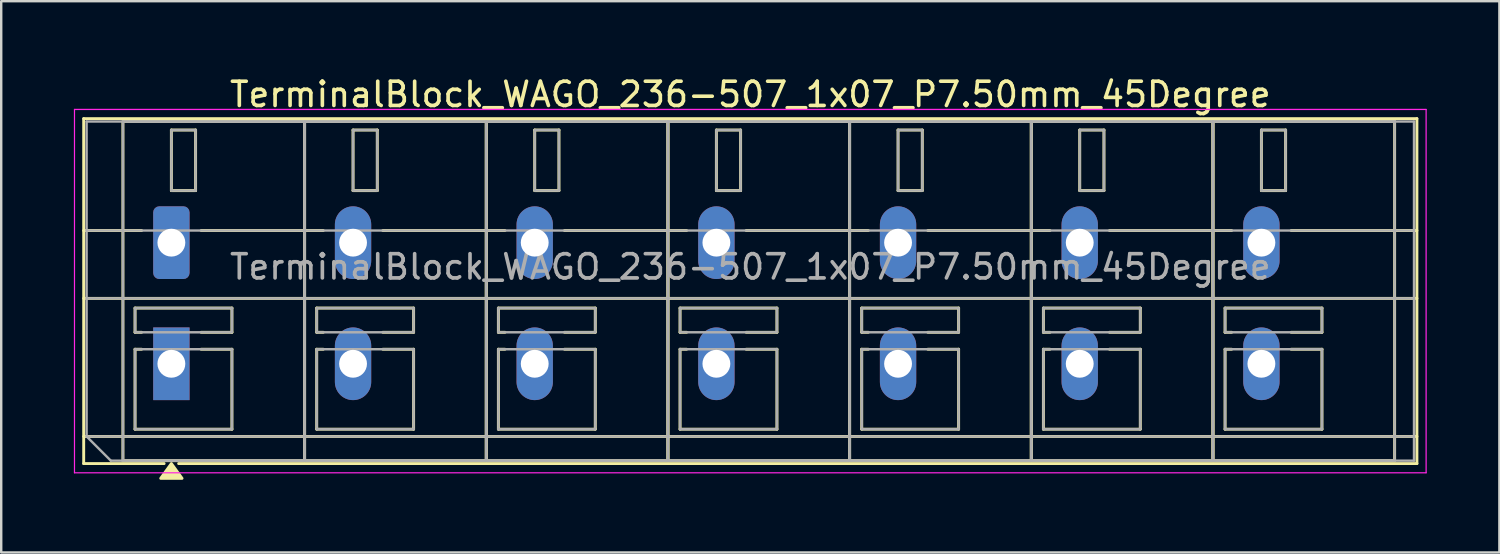
<source format=kicad_pcb>
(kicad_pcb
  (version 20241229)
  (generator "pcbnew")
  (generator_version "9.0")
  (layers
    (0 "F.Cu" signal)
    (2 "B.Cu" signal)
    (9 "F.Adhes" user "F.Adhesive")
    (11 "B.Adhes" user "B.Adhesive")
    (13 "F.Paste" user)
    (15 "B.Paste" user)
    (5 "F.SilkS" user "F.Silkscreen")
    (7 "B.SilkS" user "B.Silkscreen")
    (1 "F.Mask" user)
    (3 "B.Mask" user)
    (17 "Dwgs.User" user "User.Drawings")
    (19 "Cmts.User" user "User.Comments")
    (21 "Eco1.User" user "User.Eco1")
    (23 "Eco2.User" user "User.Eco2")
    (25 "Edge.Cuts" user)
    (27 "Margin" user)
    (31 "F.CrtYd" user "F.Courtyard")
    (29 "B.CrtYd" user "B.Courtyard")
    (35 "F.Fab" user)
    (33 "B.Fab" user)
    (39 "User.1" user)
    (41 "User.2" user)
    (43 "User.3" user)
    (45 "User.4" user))
  (footprint "TerminalBlock_WAGO_236-507_1x07_P7.50mm_45Degree"
    (layer "F.Cu")
    (at 4.025 6.968)
    (property "Reference" "TerminalBlock_WAGO_236-507_1x07_P7.50mm_45Degree" (at 23.9 -6.12 0) (layer "F.SilkS") (effects (font (size 1 1) (thickness 0.15))))
    (attr through_hole)
    (fp_line (start -3.62 -5.12) (end -3.62 9.12) (stroke (width 0.12) (type solid)) (layer "F.SilkS"))
    (fp_line (start -3.62 -5.12) (end 51.42 -5.12) (stroke (width 0.12) (type solid)) (layer "F.SilkS"))
    (fp_line (start -3.62 -0.5) (end -1.23 -0.5) (stroke (width 0.12) (type solid)) (layer "F.SilkS"))
    (fp_line (start -3.62 2.3) (end 51.42 2.3) (stroke (width 0.12) (type solid)) (layer "F.SilkS"))
    (fp_line (start -3.62 8) (end 51.42 8) (stroke (width 0.12) (type solid)) (layer "F.SilkS"))
    (fp_line (start -3.62 9.12) (end -0.3 9.12) (stroke (width 0.12) (type solid)) (layer "F.SilkS"))
    (fp_line (start -2 -5) (end -2 9) (stroke (width 0.12) (type solid)) (layer "F.SilkS"))
    (fp_line (start -2 -5) (end 5.5 -5) (stroke (width 0.12) (type solid)) (layer "F.SilkS"))
    (fp_line (start -2 9) (end 5.5 9) (stroke (width 0.12) (type solid)) (layer "F.SilkS"))
    (fp_line (start -1.5 2.7) (end -1.5 3.7) (stroke (width 0.12) (type solid)) (layer "F.SilkS"))
    (fp_line (start -1.5 2.7) (end 2.5 2.7) (stroke (width 0.12) (type solid)) (layer "F.SilkS"))
    (fp_line (start -1.5 3.7) (end -1.23 3.7) (stroke (width 0.12) (type solid)) (layer "F.SilkS"))
    (fp_line (start -1.5 4.4) (end -1.5 7.7) (stroke (width 0.12) (type solid)) (layer "F.SilkS"))
    (fp_line (start -1.5 4.4) (end -1.23 4.4) (stroke (width 0.12) (type solid)) (layer "F.SilkS"))
    (fp_line (start -1.5 7.7) (end 2.5 7.7) (stroke (width 0.12) (type solid)) (layer "F.SilkS"))
    (fp_line (start 0 -4.65) (end 0 -2.15) (stroke (width 0.12) (type solid)) (layer "F.SilkS"))
    (fp_line (start 0 -4.65) (end 1 -4.65) (stroke (width 0.12) (type solid)) (layer "F.SilkS"))
    (fp_line (start 0 -2.15) (end 1 -2.15) (stroke (width 0.12) (type solid)) (layer "F.SilkS"))
    (fp_line (start 0.3 9.12) (end 51.42 9.12) (stroke (width 0.12) (type solid)) (layer "F.SilkS"))
    (fp_line (start 1 -4.65) (end 1 -2.15) (stroke (width 0.12) (type solid)) (layer "F.SilkS"))
    (fp_line (start 1.23 -0.5) (end 6.27 -0.5) (stroke (width 0.12) (type solid)) (layer "F.SilkS"))
    (fp_line (start 1.23 3.7) (end 2.5 3.7) (stroke (width 0.12) (type solid)) (layer "F.SilkS"))
    (fp_line (start 1.23 4.4) (end 2.5 4.4) (stroke (width 0.12) (type solid)) (layer "F.SilkS"))
    (fp_line (start 2.5 2.7) (end 2.5 3.7) (stroke (width 0.12) (type solid)) (layer "F.SilkS"))
    (fp_line (start 2.5 4.4) (end 2.5 7.7) (stroke (width 0.12) (type solid)) (layer "F.SilkS"))
    (fp_line (start 5.5 -5) (end 5.5 9) (stroke (width 0.12) (type solid)) (layer "F.SilkS"))
    (fp_line (start 5.5 -5) (end 5.5 9) (stroke (width 0.12) (type solid)) (layer "F.SilkS"))
    (fp_line (start 5.5 -5) (end 13 -5) (stroke (width 0.12) (type solid)) (layer "F.SilkS"))
    (fp_line (start 5.5 9) (end 13 9) (stroke (width 0.12) (type solid)) (layer "F.SilkS"))
    (fp_line (start 6 2.7) (end 6 3.7) (stroke (width 0.12) (type solid)) (layer "F.SilkS"))
    (fp_line (start 6 2.7) (end 10 2.7) (stroke (width 0.12) (type solid)) (layer "F.SilkS"))
    (fp_line (start 6 3.7) (end 6.27 3.7) (stroke (width 0.12) (type solid)) (layer "F.SilkS"))
    (fp_line (start 6 4.4) (end 6 7.7) (stroke (width 0.12) (type solid)) (layer "F.SilkS"))
    (fp_line (start 6 4.4) (end 6.27 4.4) (stroke (width 0.12) (type solid)) (layer "F.SilkS"))
    (fp_line (start 6 7.7) (end 10 7.7) (stroke (width 0.12) (type solid)) (layer "F.SilkS"))
    (fp_line (start 7.5 -4.65) (end 7.5 -2.15) (stroke (width 0.12) (type solid)) (layer "F.SilkS"))
    (fp_line (start 7.5 -4.65) (end 8.5 -4.65) (stroke (width 0.12) (type solid)) (layer "F.SilkS"))
    (fp_line (start 7.5 -2.15) (end 8.5 -2.15) (stroke (width 0.12) (type solid)) (layer "F.SilkS"))
    (fp_line (start 8.5 -4.65) (end 8.5 -2.15) (stroke (width 0.12) (type solid)) (layer "F.SilkS"))
    (fp_line (start 8.73 -0.5) (end 13.77 -0.5) (stroke (width 0.12) (type solid)) (layer "F.SilkS"))
    (fp_line (start 8.73 3.7) (end 10 3.7) (stroke (width 0.12) (type solid)) (layer "F.SilkS"))
    (fp_line (start 8.73 4.4) (end 10 4.4) (stroke (width 0.12) (type solid)) (layer "F.SilkS"))
    (fp_line (start 10 2.7) (end 10 3.7) (stroke (width 0.12) (type solid)) (layer "F.SilkS"))
    (fp_line (start 10 4.4) (end 10 7.7) (stroke (width 0.12) (type solid)) (layer "F.SilkS"))
    (fp_line (start 13 -5) (end 13 9) (stroke (width 0.12) (type solid)) (layer "F.SilkS"))
    (fp_line (start 13 -5) (end 13 9) (stroke (width 0.12) (type solid)) (layer "F.SilkS"))
    (fp_line (start 13 -5) (end 20.5 -5) (stroke (width 0.12) (type solid)) (layer "F.SilkS"))
    (fp_line (start 13 9) (end 20.5 9) (stroke (width 0.12) (type solid)) (layer "F.SilkS"))
    (fp_line (start 13.5 2.7) (end 13.5 3.7) (stroke (width 0.12) (type solid)) (layer "F.SilkS"))
    (fp_line (start 13.5 2.7) (end 17.5 2.7) (stroke (width 0.12) (type solid)) (layer "F.SilkS"))
    (fp_line (start 13.5 3.7) (end 13.77 3.7) (stroke (width 0.12) (type solid)) (layer "F.SilkS"))
    (fp_line (start 13.5 4.4) (end 13.5 7.7) (stroke (width 0.12) (type solid)) (layer "F.SilkS"))
    (fp_line (start 13.5 4.4) (end 13.77 4.4) (stroke (width 0.12) (type solid)) (layer "F.SilkS"))
    (fp_line (start 13.5 7.7) (end 17.5 7.7) (stroke (width 0.12) (type solid)) (layer "F.SilkS"))
    (fp_line (start 15 -4.65) (end 15 -2.15) (stroke (width 0.12) (type solid)) (layer "F.SilkS"))
    (fp_line (start 15 -4.65) (end 16 -4.65) (stroke (width 0.12) (type solid)) (layer "F.SilkS"))
    (fp_line (start 15 -2.15) (end 16 -2.15) (stroke (width 0.12) (type solid)) (layer "F.SilkS"))
    (fp_line (start 16 -4.65) (end 16 -2.15) (stroke (width 0.12) (type solid)) (layer "F.SilkS"))
    (fp_line (start 16.23 -0.5) (end 21.27 -0.5) (stroke (width 0.12) (type solid)) (layer "F.SilkS"))
    (fp_line (start 16.23 3.7) (end 17.5 3.7) (stroke (width 0.12) (type solid)) (layer "F.SilkS"))
    (fp_line (start 16.23 4.4) (end 17.5 4.4) (stroke (width 0.12) (type solid)) (layer "F.SilkS"))
    (fp_line (start 17.5 2.7) (end 17.5 3.7) (stroke (width 0.12) (type solid)) (layer "F.SilkS"))
    (fp_line (start 17.5 4.4) (end 17.5 7.7) (stroke (width 0.12) (type solid)) (layer "F.SilkS"))
    (fp_line (start 20.5 -5) (end 20.5 9) (stroke (width 0.12) (type solid)) (layer "F.SilkS"))
    (fp_line (start 20.5 -5) (end 20.5 9) (stroke (width 0.12) (type solid)) (layer "F.SilkS"))
    (fp_line (start 20.5 -5) (end 28 -5) (stroke (width 0.12) (type solid)) (layer "F.SilkS"))
    (fp_line (start 20.5 9) (end 28 9) (stroke (width 0.12) (type solid)) (layer "F.SilkS"))
    (fp_line (start 21 2.7) (end 21 3.7) (stroke (width 0.12) (type solid)) (layer "F.SilkS"))
    (fp_line (start 21 2.7) (end 25 2.7) (stroke (width 0.12) (type solid)) (layer "F.SilkS"))
    (fp_line (start 21 3.7) (end 21.27 3.7) (stroke (width 0.12) (type solid)) (layer "F.SilkS"))
    (fp_line (start 21 4.4) (end 21 7.7) (stroke (width 0.12) (type solid)) (layer "F.SilkS"))
    (fp_line (start 21 4.4) (end 21.27 4.4) (stroke (width 0.12) (type solid)) (layer "F.SilkS"))
    (fp_line (start 21 7.7) (end 25 7.7) (stroke (width 0.12) (type solid)) (layer "F.SilkS"))
    (fp_line (start 22.5 -4.65) (end 22.5 -2.15) (stroke (width 0.12) (type solid)) (layer "F.SilkS"))
    (fp_line (start 22.5 -4.65) (end 23.5 -4.65) (stroke (width 0.12) (type solid)) (layer "F.SilkS"))
    (fp_line (start 22.5 -2.15) (end 23.5 -2.15) (stroke (width 0.12) (type solid)) (layer "F.SilkS"))
    (fp_line (start 23.5 -4.65) (end 23.5 -2.15) (stroke (width 0.12) (type solid)) (layer "F.SilkS"))
    (fp_line (start 23.73 -0.5) (end 28.77 -0.5) (stroke (width 0.12) (type solid)) (layer "F.SilkS"))
    (fp_line (start 23.73 3.7) (end 25 3.7) (stroke (width 0.12) (type solid)) (layer "F.SilkS"))
    (fp_line (start 23.73 4.4) (end 25 4.4) (stroke (width 0.12) (type solid)) (layer "F.SilkS"))
    (fp_line (start 25 2.7) (end 25 3.7) (stroke (width 0.12) (type solid)) (layer "F.SilkS"))
    (fp_line (start 25 4.4) (end 25 7.7) (stroke (width 0.12) (type solid)) (layer "F.SilkS"))
    (fp_line (start 28 -5) (end 28 9) (stroke (width 0.12) (type solid)) (layer "F.SilkS"))
    (fp_line (start 28 -5) (end 28 9) (stroke (width 0.12) (type solid)) (layer "F.SilkS"))
    (fp_line (start 28 -5) (end 35.5 -5) (stroke (width 0.12) (type solid)) (layer "F.SilkS"))
    (fp_line (start 28 9) (end 35.5 9) (stroke (width 0.12) (type solid)) (layer "F.SilkS"))
    (fp_line (start 28.5 2.7) (end 28.5 3.7) (stroke (width 0.12) (type solid)) (layer "F.SilkS"))
    (fp_line (start 28.5 2.7) (end 32.5 2.7) (stroke (width 0.12) (type solid)) (layer "F.SilkS"))
    (fp_line (start 28.5 3.7) (end 28.77 3.7) (stroke (width 0.12) (type solid)) (layer "F.SilkS"))
    (fp_line (start 28.5 4.4) (end 28.5 7.7) (stroke (width 0.12) (type solid)) (layer "F.SilkS"))
    (fp_line (start 28.5 4.4) (end 28.77 4.4) (stroke (width 0.12) (type solid)) (layer "F.SilkS"))
    (fp_line (start 28.5 7.7) (end 32.5 7.7) (stroke (width 0.12) (type solid)) (layer "F.SilkS"))
    (fp_line (start 30 -4.65) (end 30 -2.15) (stroke (width 0.12) (type solid)) (layer "F.SilkS"))
    (fp_line (start 30 -4.65) (end 31 -4.65) (stroke (width 0.12) (type solid)) (layer "F.SilkS"))
    (fp_line (start 30 -2.15) (end 31 -2.15) (stroke (width 0.12) (type solid)) (layer "F.SilkS"))
    (fp_line (start 31 -4.65) (end 31 -2.15) (stroke (width 0.12) (type solid)) (layer "F.SilkS"))
    (fp_line (start 31.23 -0.5) (end 36.27 -0.5) (stroke (width 0.12) (type solid)) (layer "F.SilkS"))
    (fp_line (start 31.23 3.7) (end 32.5 3.7) (stroke (width 0.12) (type solid)) (layer "F.SilkS"))
    (fp_line (start 31.23 4.4) (end 32.5 4.4) (stroke (width 0.12) (type solid)) (layer "F.SilkS"))
    (fp_line (start 32.5 2.7) (end 32.5 3.7) (stroke (width 0.12) (type solid)) (layer "F.SilkS"))
    (fp_line (start 32.5 4.4) (end 32.5 7.7) (stroke (width 0.12) (type solid)) (layer "F.SilkS"))
    (fp_line (start 35.5 -5) (end 35.5 9) (stroke (width 0.12) (type solid)) (layer "F.SilkS"))
    (fp_line (start 35.5 -5) (end 35.5 9) (stroke (width 0.12) (type solid)) (layer "F.SilkS"))
    (fp_line (start 35.5 -5) (end 43 -5) (stroke (width 0.12) (type solid)) (layer "F.SilkS"))
    (fp_line (start 35.5 9) (end 43 9) (stroke (width 0.12) (type solid)) (layer "F.SilkS"))
    (fp_line (start 36 2.7) (end 36 3.7) (stroke (width 0.12) (type solid)) (layer "F.SilkS"))
    (fp_line (start 36 2.7) (end 40 2.7) (stroke (width 0.12) (type solid)) (layer "F.SilkS"))
    (fp_line (start 36 3.7) (end 36.27 3.7) (stroke (width 0.12) (type solid)) (layer "F.SilkS"))
    (fp_line (start 36 4.4) (end 36 7.7) (stroke (width 0.12) (type solid)) (layer "F.SilkS"))
    (fp_line (start 36 4.4) (end 36.27 4.4) (stroke (width 0.12) (type solid)) (layer "F.SilkS"))
    (fp_line (start 36 7.7) (end 40 7.7) (stroke (width 0.12) (type solid)) (layer "F.SilkS"))
    (fp_line (start 37.5 -4.65) (end 37.5 -2.15) (stroke (width 0.12) (type solid)) (layer "F.SilkS"))
    (fp_line (start 37.5 -4.65) (end 38.5 -4.65) (stroke (width 0.12) (type solid)) (layer "F.SilkS"))
    (fp_line (start 37.5 -2.15) (end 38.5 -2.15) (stroke (width 0.12) (type solid)) (layer "F.SilkS"))
    (fp_line (start 38.5 -4.65) (end 38.5 -2.15) (stroke (width 0.12) (type solid)) (layer "F.SilkS"))
    (fp_line (start 38.73 -0.5) (end 43.77 -0.5) (stroke (width 0.12) (type solid)) (layer "F.SilkS"))
    (fp_line (start 38.73 3.7) (end 40 3.7) (stroke (width 0.12) (type solid)) (layer "F.SilkS"))
    (fp_line (start 38.73 4.4) (end 40 4.4) (stroke (width 0.12) (type solid)) (layer "F.SilkS"))
    (fp_line (start 40 2.7) (end 40 3.7) (stroke (width 0.12) (type solid)) (layer "F.SilkS"))
    (fp_line (start 40 4.4) (end 40 7.7) (stroke (width 0.12) (type solid)) (layer "F.SilkS"))
    (fp_line (start 43 -5) (end 43 9) (stroke (width 0.12) (type solid)) (layer "F.SilkS"))
    (fp_line (start 43 -5) (end 43 9) (stroke (width 0.12) (type solid)) (layer "F.SilkS"))
    (fp_line (start 43 -5) (end 50.5 -5) (stroke (width 0.12) (type solid)) (layer "F.SilkS"))
    (fp_line (start 43 9) (end 50.5 9) (stroke (width 0.12) (type solid)) (layer "F.SilkS"))
    (fp_line (start 43.5 2.7) (end 43.5 3.7) (stroke (width 0.12) (type solid)) (layer "F.SilkS"))
    (fp_line (start 43.5 2.7) (end 47.5 2.7) (stroke (width 0.12) (type solid)) (layer "F.SilkS"))
    (fp_line (start 43.5 3.7) (end 43.77 3.7) (stroke (width 0.12) (type solid)) (layer "F.SilkS"))
    (fp_line (start 43.5 4.4) (end 43.5 7.7) (stroke (width 0.12) (type solid)) (layer "F.SilkS"))
    (fp_line (start 43.5 4.4) (end 43.77 4.4) (stroke (width 0.12) (type solid)) (layer "F.SilkS"))
    (fp_line (start 43.5 7.7) (end 47.5 7.7) (stroke (width 0.12) (type solid)) (layer "F.SilkS"))
    (fp_line (start 45 -4.65) (end 45 -2.15) (stroke (width 0.12) (type solid)) (layer "F.SilkS"))
    (fp_line (start 45 -4.65) (end 46 -4.65) (stroke (width 0.12) (type solid)) (layer "F.SilkS"))
    (fp_line (start 45 -2.15) (end 46 -2.15) (stroke (width 0.12) (type solid)) (layer "F.SilkS"))
    (fp_line (start 46 -4.65) (end 46 -2.15) (stroke (width 0.12) (type solid)) (layer "F.SilkS"))
    (fp_line (start 46.23 -0.5) (end 51.42 -0.5) (stroke (width 0.12) (type solid)) (layer "F.SilkS"))
    (fp_line (start 46.23 3.7) (end 47.5 3.7) (stroke (width 0.12) (type solid)) (layer "F.SilkS"))
    (fp_line (start 46.23 4.4) (end 47.5 4.4) (stroke (width 0.12) (type solid)) (layer "F.SilkS"))
    (fp_line (start 47.5 2.7) (end 47.5 3.7) (stroke (width 0.12) (type solid)) (layer "F.SilkS"))
    (fp_line (start 47.5 4.4) (end 47.5 7.7) (stroke (width 0.12) (type solid)) (layer "F.SilkS"))
    (fp_line (start 50.5 -5) (end 50.5 9) (stroke (width 0.12) (type solid)) (layer "F.SilkS"))
    (fp_line (start 51.42 -5.12) (end 51.42 9.12) (stroke (width 0.12) (type solid)) (layer "F.SilkS"))
    (fp_poly (pts (xy 0 9.12) (xy 0.44 9.73) (xy -0.44 9.73)) (stroke (width 0.12) (type solid)) (fill yes) (layer "F.SilkS"))
    (fp_line (start -4 -5.5) (end -4 9.5) (stroke (width 0.05) (type solid)) (layer "F.CrtYd"))
    (fp_line (start -4 9.5) (end 51.8 9.5) (stroke (width 0.05) (type solid)) (layer "F.CrtYd"))
    (fp_line (start 51.8 -5.5) (end -4 -5.5) (stroke (width 0.05) (type solid)) (layer "F.CrtYd"))
    (fp_line (start 51.8 9.5) (end 51.8 -5.5) (stroke (width 0.05) (type solid)) (layer "F.CrtYd"))
    (fp_line (start -3.5 -5) (end 51.3 -5) (stroke (width 0.1) (type solid)) (layer "F.Fab"))
    (fp_line (start -3.5 -0.5) (end 51.3 -0.5) (stroke (width 0.1) (type solid)) (layer "F.Fab"))
    (fp_line (start -3.5 2.3) (end 51.3 2.3) (stroke (width 0.1) (type solid)) (layer "F.Fab"))
    (fp_line (start -3.5 8) (end -3.5 -5) (stroke (width 0.1) (type solid)) (layer "F.Fab"))
    (fp_line (start -3.5 8) (end 51.3 8) (stroke (width 0.1) (type solid)) (layer "F.Fab"))
    (fp_line (start -2.5 9) (end -3.5 8) (stroke (width 0.1) (type solid)) (layer "F.Fab"))
    (fp_line (start -2 -5) (end -2 9) (stroke (width 0.1) (type solid)) (layer "F.Fab"))
    (fp_line (start -2 9) (end 5.5 9) (stroke (width 0.1) (type solid)) (layer "F.Fab"))
    (fp_line (start -1.5 2.7) (end -1.5 3.7) (stroke (width 0.1) (type solid)) (layer "F.Fab"))
    (fp_line (start -1.5 3.7) (end 2.5 3.7) (stroke (width 0.1) (type solid)) (layer "F.Fab"))
    (fp_line (start -1.5 4.4) (end -1.5 7.7) (stroke (width 0.1) (type solid)) (layer "F.Fab"))
    (fp_line (start -1.5 7.7) (end 2.5 7.7) (stroke (width 0.1) (type solid)) (layer "F.Fab"))
    (fp_line (start 0 -4.65) (end 0 -2.15) (stroke (width 0.1) (type solid)) (layer "F.Fab"))
    (fp_line (start 0 -2.15) (end 1 -2.15) (stroke (width 0.1) (type solid)) (layer "F.Fab"))
    (fp_line (start 1 -4.65) (end 0 -4.65) (stroke (width 0.1) (type solid)) (layer "F.Fab"))
    (fp_line (start 1 -2.15) (end 1 -4.65) (stroke (width 0.1) (type solid)) (layer "F.Fab"))
    (fp_line (start 2.5 2.7) (end -1.5 2.7) (stroke (width 0.1) (type solid)) (layer "F.Fab"))
    (fp_line (start 2.5 3.7) (end 2.5 2.7) (stroke (width 0.1) (type solid)) (layer "F.Fab"))
    (fp_line (start 2.5 4.4) (end -1.5 4.4) (stroke (width 0.1) (type solid)) (layer "F.Fab"))
    (fp_line (start 2.5 7.7) (end 2.5 4.4) (stroke (width 0.1) (type solid)) (layer "F.Fab"))
    (fp_line (start 5.5 -5) (end -2 -5) (stroke (width 0.1) (type solid)) (layer "F.Fab"))
    (fp_line (start 5.5 -5) (end 5.5 9) (stroke (width 0.1) (type solid)) (layer "F.Fab"))
    (fp_line (start 5.5 9) (end 5.5 -5) (stroke (width 0.1) (type solid)) (layer "F.Fab"))
    (fp_line (start 5.5 9) (end 13 9) (stroke (width 0.1) (type solid)) (layer "F.Fab"))
    (fp_line (start 6 2.7) (end 6 3.7) (stroke (width 0.1) (type solid)) (layer "F.Fab"))
    (fp_line (start 6 3.7) (end 10 3.7) (stroke (width 0.1) (type solid)) (layer "F.Fab"))
    (fp_line (start 6 4.4) (end 6 7.7) (stroke (width 0.1) (type solid)) (layer "F.Fab"))
    (fp_line (start 6 7.7) (end 10 7.7) (stroke (width 0.1) (type solid)) (layer "F.Fab"))
    (fp_line (start 7.5 -4.65) (end 7.5 -2.15) (stroke (width 0.1) (type solid)) (layer "F.Fab"))
    (fp_line (start 7.5 -2.15) (end 8.5 -2.15) (stroke (width 0.1) (type solid)) (layer "F.Fab"))
    (fp_line (start 8.5 -4.65) (end 7.5 -4.65) (stroke (width 0.1) (type solid)) (layer "F.Fab"))
    (fp_line (start 8.5 -2.15) (end 8.5 -4.65) (stroke (width 0.1) (type solid)) (layer "F.Fab"))
    (fp_line (start 10 2.7) (end 6 2.7) (stroke (width 0.1) (type solid)) (layer "F.Fab"))
    (fp_line (start 10 3.7) (end 10 2.7) (stroke (width 0.1) (type solid)) (layer "F.Fab"))
    (fp_line (start 10 4.4) (end 6 4.4) (stroke (width 0.1) (type solid)) (layer "F.Fab"))
    (fp_line (start 10 7.7) (end 10 4.4) (stroke (width 0.1) (type solid)) (layer "F.Fab"))
    (fp_line (start 13 -5) (end 5.5 -5) (stroke (width 0.1) (type solid)) (layer "F.Fab"))
    (fp_line (start 13 -5) (end 13 9) (stroke (width 0.1) (type solid)) (layer "F.Fab"))
    (fp_line (start 13 9) (end 13 -5) (stroke (width 0.1) (type solid)) (layer "F.Fab"))
    (fp_line (start 13 9) (end 20.5 9) (stroke (width 0.1) (type solid)) (layer "F.Fab"))
    (fp_line (start 13.5 2.7) (end 13.5 3.7) (stroke (width 0.1) (type solid)) (layer "F.Fab"))
    (fp_line (start 13.5 3.7) (end 17.5 3.7) (stroke (width 0.1) (type solid)) (layer "F.Fab"))
    (fp_line (start 13.5 4.4) (end 13.5 7.7) (stroke (width 0.1) (type solid)) (layer "F.Fab"))
    (fp_line (start 13.5 7.7) (end 17.5 7.7) (stroke (width 0.1) (type solid)) (layer "F.Fab"))
    (fp_line (start 15 -4.65) (end 15 -2.15) (stroke (width 0.1) (type solid)) (layer "F.Fab"))
    (fp_line (start 15 -2.15) (end 16 -2.15) (stroke (width 0.1) (type solid)) (layer "F.Fab"))
    (fp_line (start 16 -4.65) (end 15 -4.65) (stroke (width 0.1) (type solid)) (layer "F.Fab"))
    (fp_line (start 16 -2.15) (end 16 -4.65) (stroke (width 0.1) (type solid)) (layer "F.Fab"))
    (fp_line (start 17.5 2.7) (end 13.5 2.7) (stroke (width 0.1) (type solid)) (layer "F.Fab"))
    (fp_line (start 17.5 3.7) (end 17.5 2.7) (stroke (width 0.1) (type solid)) (layer "F.Fab"))
    (fp_line (start 17.5 4.4) (end 13.5 4.4) (stroke (width 0.1) (type solid)) (layer "F.Fab"))
    (fp_line (start 17.5 7.7) (end 17.5 4.4) (stroke (width 0.1) (type solid)) (layer "F.Fab"))
    (fp_line (start 20.5 -5) (end 13 -5) (stroke (width 0.1) (type solid)) (layer "F.Fab"))
    (fp_line (start 20.5 -5) (end 20.5 9) (stroke (width 0.1) (type solid)) (layer "F.Fab"))
    (fp_line (start 20.5 9) (end 20.5 -5) (stroke (width 0.1) (type solid)) (layer "F.Fab"))
    (fp_line (start 20.5 9) (end 28 9) (stroke (width 0.1) (type solid)) (layer "F.Fab"))
    (fp_line (start 21 2.7) (end 21 3.7) (stroke (width 0.1) (type solid)) (layer "F.Fab"))
    (fp_line (start 21 3.7) (end 25 3.7) (stroke (width 0.1) (type solid)) (layer "F.Fab"))
    (fp_line (start 21 4.4) (end 21 7.7) (stroke (width 0.1) (type solid)) (layer "F.Fab"))
    (fp_line (start 21 7.7) (end 25 7.7) (stroke (width 0.1) (type solid)) (layer "F.Fab"))
    (fp_line (start 22.5 -4.65) (end 22.5 -2.15) (stroke (width 0.1) (type solid)) (layer "F.Fab"))
    (fp_line (start 22.5 -2.15) (end 23.5 -2.15) (stroke (width 0.1) (type solid)) (layer "F.Fab"))
    (fp_line (start 23.5 -4.65) (end 22.5 -4.65) (stroke (width 0.1) (type solid)) (layer "F.Fab"))
    (fp_line (start 23.5 -2.15) (end 23.5 -4.65) (stroke (width 0.1) (type solid)) (layer "F.Fab"))
    (fp_line (start 25 2.7) (end 21 2.7) (stroke (width 0.1) (type solid)) (layer "F.Fab"))
    (fp_line (start 25 3.7) (end 25 2.7) (stroke (width 0.1) (type solid)) (layer "F.Fab"))
    (fp_line (start 25 4.4) (end 21 4.4) (stroke (width 0.1) (type solid)) (layer "F.Fab"))
    (fp_line (start 25 7.7) (end 25 4.4) (stroke (width 0.1) (type solid)) (layer "F.Fab"))
    (fp_line (start 28 -5) (end 20.5 -5) (stroke (width 0.1) (type solid)) (layer "F.Fab"))
    (fp_line (start 28 -5) (end 28 9) (stroke (width 0.1) (type solid)) (layer "F.Fab"))
    (fp_line (start 28 9) (end 28 -5) (stroke (width 0.1) (type solid)) (layer "F.Fab"))
    (fp_line (start 28 9) (end 35.5 9) (stroke (width 0.1) (type solid)) (layer "F.Fab"))
    (fp_line (start 28.5 2.7) (end 28.5 3.7) (stroke (width 0.1) (type solid)) (layer "F.Fab"))
    (fp_line (start 28.5 3.7) (end 32.5 3.7) (stroke (width 0.1) (type solid)) (layer "F.Fab"))
    (fp_line (start 28.5 4.4) (end 28.5 7.7) (stroke (width 0.1) (type solid)) (layer "F.Fab"))
    (fp_line (start 28.5 7.7) (end 32.5 7.7) (stroke (width 0.1) (type solid)) (layer "F.Fab"))
    (fp_line (start 30 -4.65) (end 30 -2.15) (stroke (width 0.1) (type solid)) (layer "F.Fab"))
    (fp_line (start 30 -2.15) (end 31 -2.15) (stroke (width 0.1) (type solid)) (layer "F.Fab"))
    (fp_line (start 31 -4.65) (end 30 -4.65) (stroke (width 0.1) (type solid)) (layer "F.Fab"))
    (fp_line (start 31 -2.15) (end 31 -4.65) (stroke (width 0.1) (type solid)) (layer "F.Fab"))
    (fp_line (start 32.5 2.7) (end 28.5 2.7) (stroke (width 0.1) (type solid)) (layer "F.Fab"))
    (fp_line (start 32.5 3.7) (end 32.5 2.7) (stroke (width 0.1) (type solid)) (layer "F.Fab"))
    (fp_line (start 32.5 4.4) (end 28.5 4.4) (stroke (width 0.1) (type solid)) (layer "F.Fab"))
    (fp_line (start 32.5 7.7) (end 32.5 4.4) (stroke (width 0.1) (type solid)) (layer "F.Fab"))
    (fp_line (start 35.5 -5) (end 28 -5) (stroke (width 0.1) (type solid)) (layer "F.Fab"))
    (fp_line (start 35.5 -5) (end 35.5 9) (stroke (width 0.1) (type solid)) (layer "F.Fab"))
    (fp_line (start 35.5 9) (end 35.5 -5) (stroke (width 0.1) (type solid)) (layer "F.Fab"))
    (fp_line (start 35.5 9) (end 43 9) (stroke (width 0.1) (type solid)) (layer "F.Fab"))
    (fp_line (start 36 2.7) (end 36 3.7) (stroke (width 0.1) (type solid)) (layer "F.Fab"))
    (fp_line (start 36 3.7) (end 40 3.7) (stroke (width 0.1) (type solid)) (layer "F.Fab"))
    (fp_line (start 36 4.4) (end 36 7.7) (stroke (width 0.1) (type solid)) (layer "F.Fab"))
    (fp_line (start 36 7.7) (end 40 7.7) (stroke (width 0.1) (type solid)) (layer "F.Fab"))
    (fp_line (start 37.5 -4.65) (end 37.5 -2.15) (stroke (width 0.1) (type solid)) (layer "F.Fab"))
    (fp_line (start 37.5 -2.15) (end 38.5 -2.15) (stroke (width 0.1) (type solid)) (layer "F.Fab"))
    (fp_line (start 38.5 -4.65) (end 37.5 -4.65) (stroke (width 0.1) (type solid)) (layer "F.Fab"))
    (fp_line (start 38.5 -2.15) (end 38.5 -4.65) (stroke (width 0.1) (type solid)) (layer "F.Fab"))
    (fp_line (start 40 2.7) (end 36 2.7) (stroke (width 0.1) (type solid)) (layer "F.Fab"))
    (fp_line (start 40 3.7) (end 40 2.7) (stroke (width 0.1) (type solid)) (layer "F.Fab"))
    (fp_line (start 40 4.4) (end 36 4.4) (stroke (width 0.1) (type solid)) (layer "F.Fab"))
    (fp_line (start 40 7.7) (end 40 4.4) (stroke (width 0.1) (type solid)) (layer "F.Fab"))
    (fp_line (start 43 -5) (end 35.5 -5) (stroke (width 0.1) (type solid)) (layer "F.Fab"))
    (fp_line (start 43 -5) (end 43 9) (stroke (width 0.1) (type solid)) (layer "F.Fab"))
    (fp_line (start 43 9) (end 43 -5) (stroke (width 0.1) (type solid)) (layer "F.Fab"))
    (fp_line (start 43 9) (end 50.5 9) (stroke (width 0.1) (type solid)) (layer "F.Fab"))
    (fp_line (start 43.5 2.7) (end 43.5 3.7) (stroke (width 0.1) (type solid)) (layer "F.Fab"))
    (fp_line (start 43.5 3.7) (end 47.5 3.7) (stroke (width 0.1) (type solid)) (layer "F.Fab"))
    (fp_line (start 43.5 4.4) (end 43.5 7.7) (stroke (width 0.1) (type solid)) (layer "F.Fab"))
    (fp_line (start 43.5 7.7) (end 47.5 7.7) (stroke (width 0.1) (type solid)) (layer "F.Fab"))
    (fp_line (start 45 -4.65) (end 45 -2.15) (stroke (width 0.1) (type solid)) (layer "F.Fab"))
    (fp_line (start 45 -2.15) (end 46 -2.15) (stroke (width 0.1) (type solid)) (layer "F.Fab"))
    (fp_line (start 46 -4.65) (end 45 -4.65) (stroke (width 0.1) (type solid)) (layer "F.Fab"))
    (fp_line (start 46 -2.15) (end 46 -4.65) (stroke (width 0.1) (type solid)) (layer "F.Fab"))
    (fp_line (start 47.5 2.7) (end 43.5 2.7) (stroke (width 0.1) (type solid)) (layer "F.Fab"))
    (fp_line (start 47.5 3.7) (end 47.5 2.7) (stroke (width 0.1) (type solid)) (layer "F.Fab"))
    (fp_line (start 47.5 4.4) (end 43.5 4.4) (stroke (width 0.1) (type solid)) (layer "F.Fab"))
    (fp_line (start 47.5 7.7) (end 47.5 4.4) (stroke (width 0.1) (type solid)) (layer "F.Fab"))
    (fp_line (start 50.5 -5) (end 43 -5) (stroke (width 0.1) (type solid)) (layer "F.Fab"))
    (fp_line (start 50.5 9) (end 50.5 -5) (stroke (width 0.1) (type solid)) (layer "F.Fab"))
    (fp_line (start 51.3 -5) (end 51.3 9) (stroke (width 0.1) (type solid)) (layer "F.Fab"))
    (fp_line (start 51.3 9) (end -2.5 9) (stroke (width 0.1) (type solid)) (layer "F.Fab"))
    (fp_text user "${REFERENCE}" (at 23.9 1 0) (layer "F.Fab") (effects (font (size 1 1) (thickness 0.15))))
    (pad "1" thru_hole roundrect (at 0 0) (size 1.5 3) (drill 1.15) (layers "*.Cu" "*.Mask") (roundrect_rratio 0.167))
    (pad "1" thru_hole rect (at 0 5) (size 1.5 3) (drill 1.15) (layers "*.Cu" "*.Mask"))
    (pad "2" thru_hole oval (at 7.5 0) (size 1.5 3) (drill 1.15) (layers "*.Cu" "*.Mask"))
    (pad "2" thru_hole oval (at 7.5 5) (size 1.5 3) (drill 1.15) (layers "*.Cu" "*.Mask"))
    (pad "3" thru_hole oval (at 15 0) (size 1.5 3) (drill 1.15) (layers "*.Cu" "*.Mask"))
    (pad "3" thru_hole oval (at 15 5) (size 1.5 3) (drill 1.15) (layers "*.Cu" "*.Mask"))
    (pad "4" thru_hole oval (at 22.5 0) (size 1.5 3) (drill 1.15) (layers "*.Cu" "*.Mask"))
    (pad "4" thru_hole oval (at 22.5 5) (size 1.5 3) (drill 1.15) (layers "*.Cu" "*.Mask"))
    (pad "5" thru_hole oval (at 30 0) (size 1.5 3) (drill 1.15) (layers "*.Cu" "*.Mask"))
    (pad "5" thru_hole oval (at 30 5) (size 1.5 3) (drill 1.15) (layers "*.Cu" "*.Mask"))
    (pad "6" thru_hole oval (at 37.5 0) (size 1.5 3) (drill 1.15) (layers "*.Cu" "*.Mask"))
    (pad "6" thru_hole oval (at 37.5 5) (size 1.5 3) (drill 1.15) (layers "*.Cu" "*.Mask"))
    (pad "7" thru_hole oval (at 45 0) (size 1.5 3) (drill 1.15) (layers "*.Cu" "*.Mask"))
    (pad "7" thru_hole oval (at 45 5) (size 1.5 3) (drill 1.15) (layers "*.Cu" "*.Mask")))
  (gr_rect
    (start -3 -3)
    (end 58.85 19.758)
    (stroke (width 0.1) (type default))
    (fill no)
    (layer "Edge.Cuts")))
</source>
